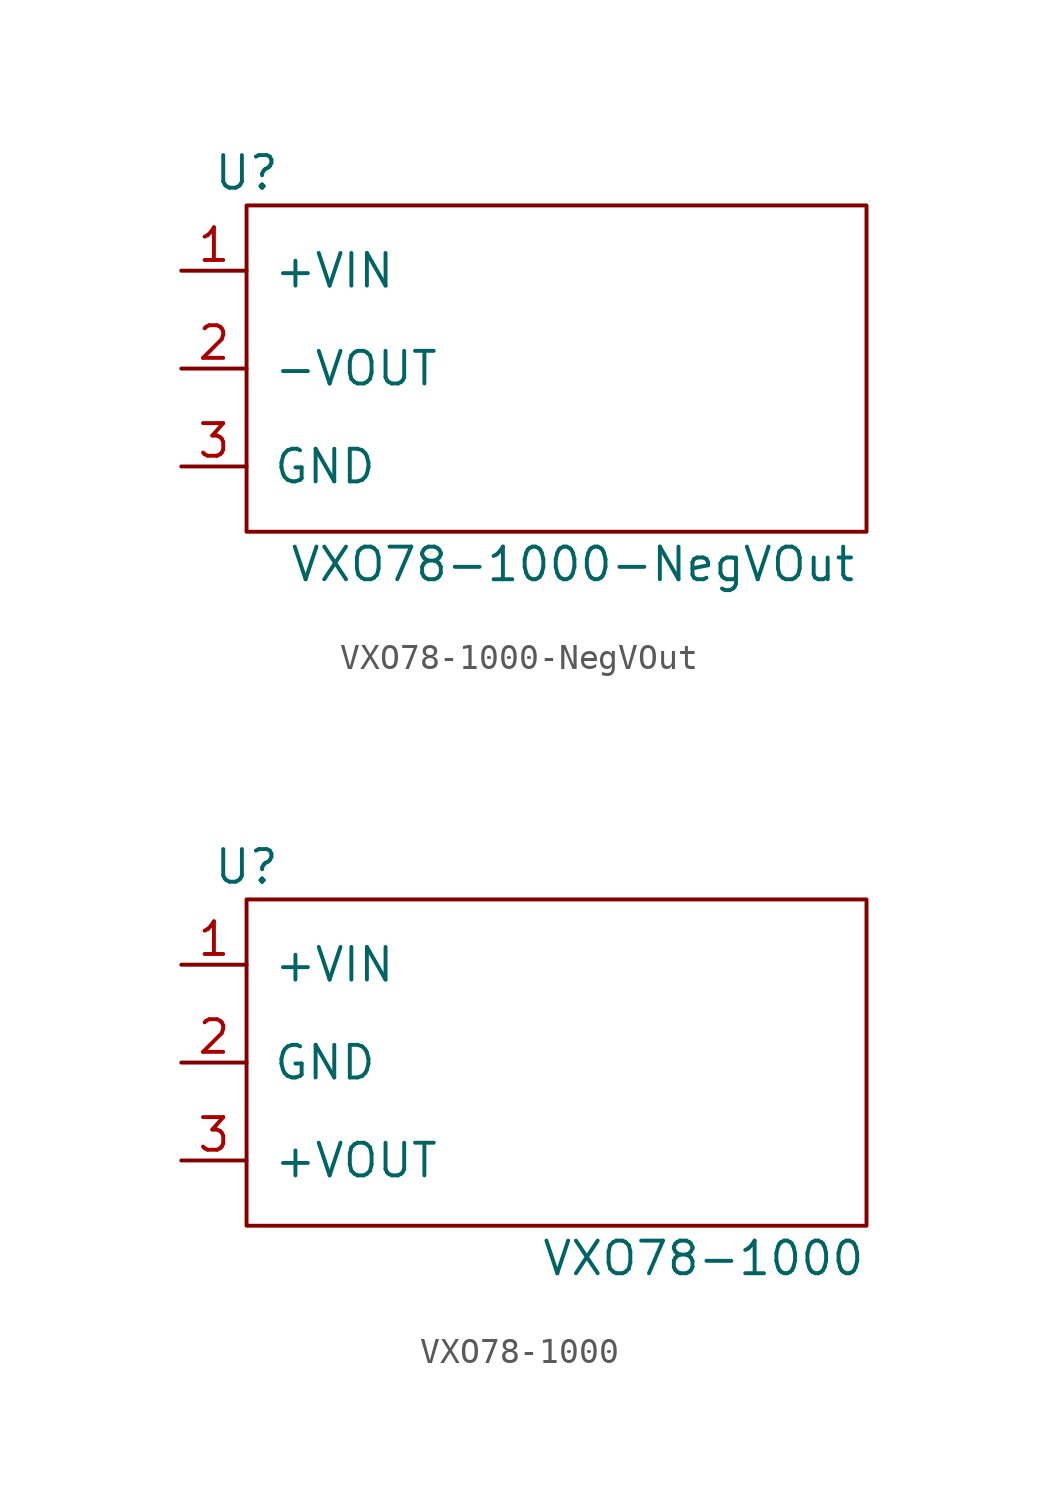
<source format=kicad_sym>
(kicad_symbol_lib
  (version 20211014)
  (generator kicad_symbol_editor)
  (symbol "VXO78-1000-NegVOut"
    (pin_names
      (offset 1.016))
    (property "Reference" "U"
      (at -5.08 5.08 0)
      (effects (font (size 1.27 1.27))))
    (property "Value" "VXO78-1000-NegVOut"
      (at 7.62 -10.16 0)
      (effects (font (size 1.27 1.27))))
    (symbol "VXO78-1000-NegVOut_0_0"
      (pin power_in line (at -7.62 1.27 0) (length 2.54) (name "+VIN" (effects (font (size 1.27 1.27)))) (number "1" (effects (font (size 1.27 1.27)))))
      (pin power_out line (at -7.62 -2.54 0) (length 2.54) (name "-VOUT" (effects (font (size 1.27 1.27)))) (number "2" (effects (font (size 1.27 1.27)))))
      (pin power_in line (at -7.62 -6.35 0) (length 2.54) (name "GND" (effects (font (size 1.27 1.27)))) (number "3" (effects (font (size 1.27 1.27))))))
    (symbol "VXO78-1000-NegVOut_0_1"
      (rectangle (start -5.08 3.81) (end 19.05 -8.89) (stroke (width 0) (type default) (color 0 0 0 0)) (fill (type none)))))
  (symbol "VXO78-1000"
    (pin_names
      (offset 1.016))
    (property "Reference" "U"
      (at -5.08 5.08 0)
      (effects (font (size 1.27 1.27))))
    (property "Value" "VXO78-1000"
      (at 12.7 -10.16 0)
      (effects (font (size 1.27 1.27))))
    (symbol "VXO78-1000_0_0"
      (pin power_in line (at -7.62 1.27 0) (length 2.54) (name "+VIN" (effects (font (size 1.27 1.27)))) (number "1" (effects (font (size 1.27 1.27)))))
      (pin power_in line (at -7.62 -2.54 0) (length 2.54) (name "GND" (effects (font (size 1.27 1.27)))) (number "2" (effects (font (size 1.27 1.27)))))
      (pin power_out line (at -7.62 -6.35 0) (length 2.54) (name "+VOUT" (effects (font (size 1.27 1.27)))) (number "3" (effects (font (size 1.27 1.27))))))
    (symbol "VXO78-1000_0_1"
      (rectangle (start -5.08 3.81) (end 19.05 -8.89) (stroke (width 0) (type default) (color 0 0 0 0)) (fill (type none))))))
</source>
